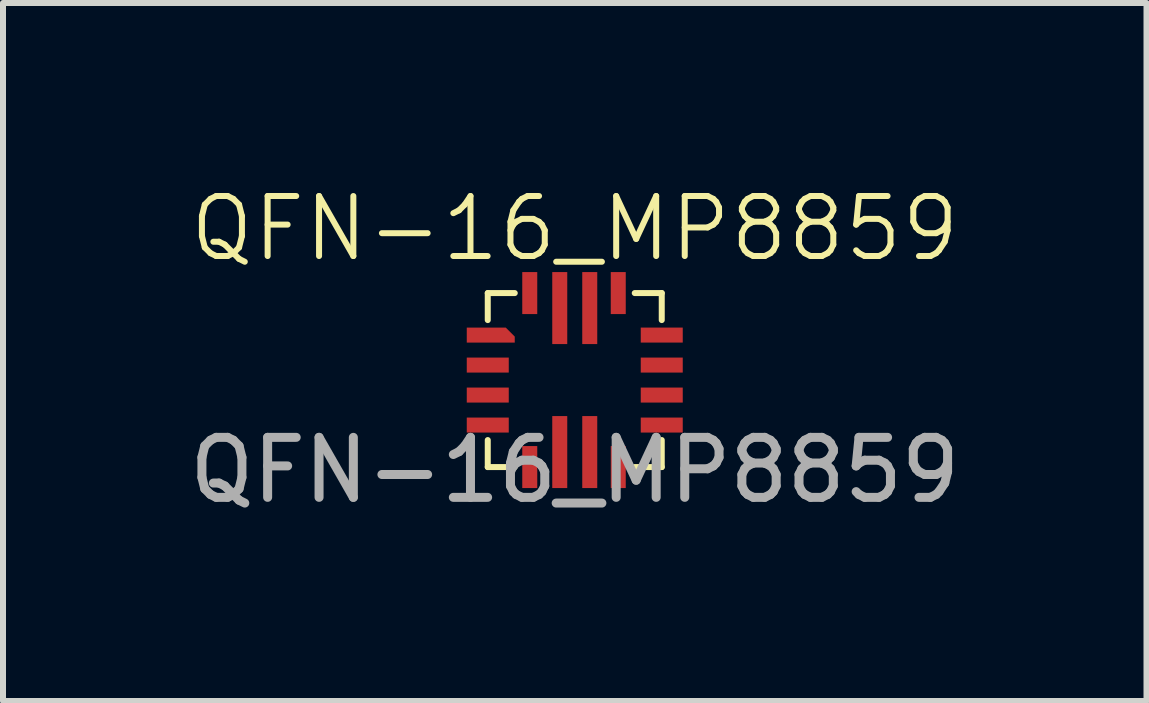
<source format=kicad_pcb>
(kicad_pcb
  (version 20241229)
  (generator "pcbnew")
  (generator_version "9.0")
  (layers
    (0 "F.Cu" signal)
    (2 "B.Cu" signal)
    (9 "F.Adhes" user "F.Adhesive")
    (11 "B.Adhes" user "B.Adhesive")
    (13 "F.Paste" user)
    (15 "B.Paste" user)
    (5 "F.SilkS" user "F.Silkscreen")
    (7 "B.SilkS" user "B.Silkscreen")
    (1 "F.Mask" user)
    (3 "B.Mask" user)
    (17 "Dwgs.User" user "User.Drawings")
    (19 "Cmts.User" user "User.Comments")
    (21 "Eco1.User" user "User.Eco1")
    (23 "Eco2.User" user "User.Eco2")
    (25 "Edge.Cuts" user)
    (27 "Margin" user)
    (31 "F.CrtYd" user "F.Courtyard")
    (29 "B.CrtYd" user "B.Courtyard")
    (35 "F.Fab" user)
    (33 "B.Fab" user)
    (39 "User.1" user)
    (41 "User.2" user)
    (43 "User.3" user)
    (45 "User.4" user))
  (footprint "QFN-16_MP8859"
    (layer "F.Cu")
    (at 6.53 3.285)
    (property "Reference" "QFN-16_MP8859" (at 0 -2.525 0) (unlocked yes) (layer "F.SilkS") (effects (font (size 1 1) (thickness 0.1))))
    (attr smd)
    (fp_rect (start -1.8 -0.375) (end -1.1 -0.125) (stroke (width 0.1) (type solid)) (fill yes) (layer "F.Mask"))
    (fp_rect (start -1.8 0.125) (end -1.1 0.375) (stroke (width 0.1) (type solid)) (fill yes) (layer "F.Mask"))
    (fp_rect (start -1.8 0.625) (end -1.1 0.875) (stroke (width 0.1) (type solid)) (fill yes) (layer "F.Mask"))
    (fp_rect (start -0.875 -1.8) (end -0.625 -1.1) (stroke (width 0.1) (type solid)) (fill yes) (layer "F.Mask"))
    (fp_rect (start -0.875 1.1) (end -0.625 1.8) (stroke (width 0.1) (type solid)) (fill yes) (layer "F.Mask"))
    (fp_rect (start -0.375 -1.8) (end -0.125 -0.6) (stroke (width 0.1) (type solid)) (fill yes) (layer "F.Mask"))
    (fp_rect (start -0.375 0.6) (end -0.125 1.8) (stroke (width 0.1) (type solid)) (fill yes) (layer "F.Mask"))
    (fp_rect (start 0.125 -1.8) (end 0.375 -0.6) (stroke (width 0.1) (type solid)) (fill yes) (layer "F.Mask"))
    (fp_rect (start 0.125 0.6) (end 0.375 1.8) (stroke (width 0.1) (type solid)) (fill yes) (layer "F.Mask"))
    (fp_rect (start 0.6 -1.8) (end 0.85 -1.1) (stroke (width 0.1) (type solid)) (fill yes) (layer "F.Mask"))
    (fp_rect (start 0.6 1.1) (end 0.85 1.8) (stroke (width 0.1) (type solid)) (fill yes) (layer "F.Mask"))
    (fp_rect (start 1.1 -0.875) (end 1.8 -0.625) (stroke (width 0.1) (type solid)) (fill yes) (layer "F.Mask"))
    (fp_rect (start 1.1 -0.375) (end 1.8 -0.125) (stroke (width 0.1) (type solid)) (fill yes) (layer "F.Mask"))
    (fp_rect (start 1.1 0.125) (end 1.8 0.375) (stroke (width 0.1) (type solid)) (fill yes) (layer "F.Mask"))
    (fp_rect (start 1.1 0.625) (end 1.8 0.875) (stroke (width 0.1) (type solid)) (fill yes) (layer "F.Mask"))
    (fp_poly (pts (xy -1.8 -0.625) (xy -1 -0.625) (xy -1 -0.725) (xy -1.15 -0.875) (xy -1.8 -0.875)) (stroke (width 0.1) (type solid)) (fill yes) (layer "F.Mask"))
    (fp_line (start -1.45 -1.45) (end -1.45 -1) (stroke (width 0.1) (type default)) (layer "F.SilkS"))
    (fp_line (start -1.45 -1.45) (end -1 -1.45) (stroke (width 0.1) (type default)) (layer "F.SilkS"))
    (fp_line (start -1.45 1.45) (end -1.45 1) (stroke (width 0.1) (type default)) (layer "F.SilkS"))
    (fp_line (start -1.45 1.45) (end -1 1.45) (stroke (width 0.1) (type default)) (layer "F.SilkS"))
    (fp_line (start 1 -1.45) (end 1.45 -1.45) (stroke (width 0.1) (type default)) (layer "F.SilkS"))
    (fp_line (start 1 1.45) (end 1.45 1.45) (stroke (width 0.1) (type default)) (layer "F.SilkS"))
    (fp_line (start 1.45 -1) (end 1.45 -1.45) (stroke (width 0.1) (type default)) (layer "F.SilkS"))
    (fp_line (start 1.45 1.45) (end 1.45 1) (stroke (width 0.1) (type default)) (layer "F.SilkS"))
    (fp_text user "${REFERENCE}" (at 0 1.5 0) (unlocked yes) (layer "F.Fab") (effects (font (size 1 1) (thickness 0.15))))
    (pad "1" smd custom (at -1.4 -0.74) (size 0.2 0.2) (layers "F.Cu" "F.Mask" "F.Paste") (options (anchor circle)) (primitives (gr_poly (pts (xy -0.1 -0.05) (xy -0.096 -0.069) (xy -0.085 -0.085) (xy -0.069 -0.096) (xy -0.05 -0.1) (xy 0.05 -0.1) (xy 0.069 -0.096) (xy 0.085 -0.085) (xy 0.096 -0.069) (xy 0.1 -0.05) (xy 0.1 0.05) (xy 0.096 0.069) (xy 0.085 0.085) (xy 0.069 0.096) (xy 0.05 0.1) (xy -0.05 0.1) (xy -0.069 0.096) (xy -0.085 0.085) (xy -0.096 0.069) (xy -0.1 0.05)) (width 0) (fill yes)) (gr_poly (pts (xy -0.4 0.115) (xy 0.4 0.115) (xy 0.4 0.015) (xy 0.25 -0.135) (xy -0.4 -0.135)) (width 0) (fill yes))))
    (pad "2" smd custom (at -1.47 -0.27) (size 0.2 0.2) (layers "F.Cu" "F.Mask" "F.Paste") (options (anchor circle)) (primitives (gr_poly (pts (xy -0.1 -0.05) (xy -0.096 -0.069) (xy -0.085 -0.085) (xy -0.069 -0.096) (xy -0.05 -0.1) (xy 0.05 -0.1) (xy 0.069 -0.096) (xy 0.085 -0.085) (xy 0.096 -0.069) (xy 0.1 -0.05) (xy 0.1 0.05) (xy 0.096 0.069) (xy 0.085 0.085) (xy 0.069 0.096) (xy 0.05 0.1) (xy -0.05 0.1) (xy -0.069 0.096) (xy -0.085 0.085) (xy -0.096 0.069) (xy -0.1 0.05)) (width 0) (fill yes)) (gr_rect (start -0.33 -0.105) (end 0.37 0.145) (width 0) (fill yes))))
    (pad "3" smd custom (at -1.47 0.25) (size 0.2 0.2) (layers "F.Cu" "F.Mask" "F.Paste") (options (anchor circle)) (primitives (gr_poly (pts (xy -0.1 -0.05) (xy -0.096 -0.069) (xy -0.085 -0.085) (xy -0.069 -0.096) (xy -0.05 -0.1) (xy 0.05 -0.1) (xy 0.069 -0.096) (xy 0.085 -0.085) (xy 0.096 -0.069) (xy 0.1 -0.05) (xy 0.1 0.05) (xy 0.096 0.069) (xy 0.085 0.085) (xy 0.069 0.096) (xy 0.05 0.1) (xy -0.05 0.1) (xy -0.069 0.096) (xy -0.085 0.085) (xy -0.096 0.069) (xy -0.1 0.05)) (width 0) (fill yes)) (gr_rect (start -0.33 -0.125) (end 0.37 0.125) (width 0) (fill yes))))
    (pad "4" smd custom (at -1.46 0.75) (size 0.2 0.2) (layers "F.Cu" "F.Mask" "F.Paste") (options (anchor circle)) (primitives (gr_poly (pts (xy -0.1 -0.05) (xy -0.096 -0.069) (xy -0.085 -0.085) (xy -0.069 -0.096) (xy -0.05 -0.1) (xy 0.05 -0.1) (xy 0.069 -0.096) (xy 0.085 -0.085) (xy 0.096 -0.069) (xy 0.1 -0.05) (xy 0.1 0.05) (xy 0.096 0.069) (xy 0.085 0.085) (xy 0.069 0.096) (xy 0.05 0.1) (xy -0.05 0.1) (xy -0.069 0.096) (xy -0.085 0.085) (xy -0.096 0.069) (xy -0.1 0.05)) (width 0) (fill yes)) (gr_rect (start -0.34 -0.125) (end 0.36 0.125) (width 0) (fill yes))))
    (pad "5" smd custom (at -0.76 1.49) (size 0.2 0.2) (layers "F.Cu" "F.Mask" "F.Paste") (options (anchor circle)) (primitives (gr_poly (pts (xy -0.1 -0.05) (xy -0.096 -0.069) (xy -0.085 -0.085) (xy -0.069 -0.096) (xy -0.05 -0.1) (xy 0.05 -0.1) (xy 0.069 -0.096) (xy 0.085 -0.085) (xy 0.096 -0.069) (xy 0.1 -0.05) (xy 0.1 0.05) (xy 0.096 0.069) (xy 0.085 0.085) (xy 0.069 0.096) (xy 0.05 0.1) (xy -0.05 0.1) (xy -0.069 0.096) (xy -0.085 0.085) (xy -0.096 0.069) (xy -0.1 0.05)) (width 0) (fill yes)) (gr_rect (start -0.115 -0.39) (end 0.135 0.31) (width 0) (fill yes))))
    (pad "6" smd custom (at -0.23 1.37) (size 0.2 0.2) (layers "F.Cu" "F.Mask" "F.Paste") (options (anchor circle)) (primitives (gr_poly (pts (xy -0.1 -0.05) (xy -0.096 -0.069) (xy -0.085 -0.085) (xy -0.069 -0.096) (xy -0.05 -0.1) (xy 0.05 -0.1) (xy 0.069 -0.096) (xy 0.085 -0.085) (xy 0.096 -0.069) (xy 0.1 -0.05) (xy 0.1 0.05) (xy 0.096 0.069) (xy 0.085 0.085) (xy 0.069 0.096) (xy 0.05 0.1) (xy -0.05 0.1) (xy -0.069 0.096) (xy -0.085 0.085) (xy -0.096 0.069) (xy -0.1 0.05)) (width 0) (fill yes)) (gr_rect (start -0.145 -0.77) (end 0.105 0.43) (width 0) (fill yes))))
    (pad "7" smd custom (at 0.25 1.24) (size 0.2 0.2) (layers "F.Cu" "F.Mask" "F.Paste") (options (anchor circle)) (primitives (gr_poly (pts (xy -0.1 -0.05) (xy -0.096 -0.069) (xy -0.085 -0.085) (xy -0.069 -0.096) (xy -0.05 -0.1) (xy 0.05 -0.1) (xy 0.069 -0.096) (xy 0.085 -0.085) (xy 0.096 -0.069) (xy 0.1 -0.05) (xy 0.1 0.05) (xy 0.096 0.069) (xy 0.085 0.085) (xy 0.069 0.096) (xy 0.05 0.1) (xy -0.05 0.1) (xy -0.069 0.096) (xy -0.085 0.085) (xy -0.096 0.069) (xy -0.1 0.05)) (width 0) (fill yes)) (gr_rect (start -0.125 -0.64) (end 0.125 0.56) (width 0) (fill yes))))
    (pad "8" smd custom (at 0.74 1.43) (size 0.2 0.2) (layers "F.Cu" "F.Mask" "F.Paste") (options (anchor circle)) (primitives (gr_poly (pts (xy -0.1 -0.05) (xy -0.096 -0.069) (xy -0.085 -0.085) (xy -0.069 -0.096) (xy -0.05 -0.1) (xy 0.05 -0.1) (xy 0.069 -0.096) (xy 0.085 -0.085) (xy 0.096 -0.069) (xy 0.1 -0.05) (xy 0.1 0.05) (xy 0.096 0.069) (xy 0.085 0.085) (xy 0.069 0.096) (xy 0.05 0.1) (xy -0.05 0.1) (xy -0.069 0.096) (xy -0.085 0.085) (xy -0.096 0.069) (xy -0.1 0.05)) (width 0) (fill yes)) (gr_rect (start -0.14 -0.33) (end 0.11 0.37) (width 0) (fill yes))))
    (pad "9" smd custom (at 1.43 0.74) (size 0.2 0.2) (layers "F.Cu" "F.Mask" "F.Paste") (options (anchor circle)) (primitives (gr_poly (pts (xy -0.1 -0.05) (xy -0.096 -0.069) (xy -0.085 -0.085) (xy -0.069 -0.096) (xy -0.05 -0.1) (xy 0.05 -0.1) (xy 0.069 -0.096) (xy 0.085 -0.085) (xy 0.096 -0.069) (xy 0.1 -0.05) (xy 0.1 0.05) (xy 0.096 0.069) (xy 0.085 0.085) (xy 0.069 0.096) (xy 0.05 0.1) (xy -0.05 0.1) (xy -0.069 0.096) (xy -0.085 0.085) (xy -0.096 0.069) (xy -0.1 0.05)) (width 0) (fill yes)) (gr_rect (start -0.33 -0.115) (end 0.37 0.135) (width 0) (fill yes))))
    (pad "10" smd custom (at 1.43 0.26) (size 0.2 0.2) (layers "F.Cu" "F.Mask" "F.Paste") (options (anchor circle)) (primitives (gr_poly (pts (xy -0.1 -0.05) (xy -0.096 -0.069) (xy -0.085 -0.085) (xy -0.069 -0.096) (xy -0.05 -0.1) (xy 0.05 -0.1) (xy 0.069 -0.096) (xy 0.085 -0.085) (xy 0.096 -0.069) (xy 0.1 -0.05) (xy 0.1 0.05) (xy 0.096 0.069) (xy 0.085 0.085) (xy 0.069 0.096) (xy 0.05 0.1) (xy -0.05 0.1) (xy -0.069 0.096) (xy -0.085 0.085) (xy -0.096 0.069) (xy -0.1 0.05)) (width 0) (fill yes)) (gr_rect (start -0.33 -0.135) (end 0.37 0.115) (width 0) (fill yes))))
    (pad "11" smd custom (at 1.44 -0.26) (size 0.2 0.2) (layers "F.Cu" "F.Mask" "F.Paste") (options (anchor circle)) (primitives (gr_poly (pts (xy -0.1 -0.05) (xy -0.096 -0.069) (xy -0.085 -0.085) (xy -0.069 -0.096) (xy -0.05 -0.1) (xy 0.05 -0.1) (xy 0.069 -0.096) (xy 0.085 -0.085) (xy 0.096 -0.069) (xy 0.1 -0.05) (xy 0.1 0.05) (xy 0.096 0.069) (xy 0.085 0.085) (xy 0.069 0.096) (xy 0.05 0.1) (xy -0.05 0.1) (xy -0.069 0.096) (xy -0.085 0.085) (xy -0.096 0.069) (xy -0.1 0.05)) (width 0) (fill yes)) (gr_rect (start -0.34 -0.115) (end 0.36 0.135) (width 0) (fill yes))))
    (pad "12" smd custom (at 1.42 -0.76) (size 0.2 0.2) (layers "F.Cu" "F.Mask" "F.Paste") (options (anchor circle)) (primitives (gr_poly (pts (xy -0.1 -0.05) (xy -0.096 -0.069) (xy -0.085 -0.085) (xy -0.069 -0.096) (xy -0.05 -0.1) (xy 0.05 -0.1) (xy 0.069 -0.096) (xy 0.085 -0.085) (xy 0.096 -0.069) (xy 0.1 -0.05) (xy 0.1 0.05) (xy 0.096 0.069) (xy 0.085 0.085) (xy 0.069 0.096) (xy 0.05 0.1) (xy -0.05 0.1) (xy -0.069 0.096) (xy -0.085 0.085) (xy -0.096 0.069) (xy -0.1 0.05)) (width 0) (fill yes)) (gr_rect (start -0.32 -0.115) (end 0.38 0.135) (width 0) (fill yes))))
    (pad "13" smd custom (at 0.73 -1.43) (size 0.2 0.2) (layers "F.Cu" "F.Mask" "F.Paste") (options (anchor circle)) (primitives (gr_poly (pts (xy -0.1 -0.05) (xy -0.096 -0.069) (xy -0.085 -0.085) (xy -0.069 -0.096) (xy -0.05 -0.1) (xy 0.05 -0.1) (xy 0.069 -0.096) (xy 0.085 -0.085) (xy 0.096 -0.069) (xy 0.1 -0.05) (xy 0.1 0.05) (xy 0.096 0.069) (xy 0.085 0.085) (xy 0.069 0.096) (xy 0.05 0.1) (xy -0.05 0.1) (xy -0.069 0.096) (xy -0.085 0.085) (xy -0.096 0.069) (xy -0.1 0.05)) (width 0) (fill yes)) (gr_rect (start -0.13 -0.37) (end 0.12 0.33) (width 0) (fill yes))))
    (pad "14" smd custom (at 0.25 -1.18) (size 0.2 0.2) (layers "F.Cu" "F.Mask" "F.Paste") (options (anchor circle)) (primitives (gr_poly (pts (xy -0.1 -0.05) (xy -0.096 -0.069) (xy -0.085 -0.085) (xy -0.069 -0.096) (xy -0.05 -0.1) (xy 0.05 -0.1) (xy 0.069 -0.096) (xy 0.085 -0.085) (xy 0.096 -0.069) (xy 0.1 -0.05) (xy 0.1 0.05) (xy 0.096 0.069) (xy 0.085 0.085) (xy 0.069 0.096) (xy 0.05 0.1) (xy -0.05 0.1) (xy -0.069 0.096) (xy -0.085 0.085) (xy -0.096 0.069) (xy -0.1 0.05)) (width 0) (fill yes)) (gr_rect (start -0.125 -0.62) (end 0.125 0.58) (width 0) (fill yes))))
    (pad "15" smd custom (at -0.25 -1.16) (size 0.2 0.2) (layers "F.Cu" "F.Mask" "F.Paste") (options (anchor circle)) (primitives (gr_poly (pts (xy -0.1 -0.05) (xy -0.096 -0.069) (xy -0.085 -0.085) (xy -0.069 -0.096) (xy -0.05 -0.1) (xy 0.05 -0.1) (xy 0.069 -0.096) (xy 0.085 -0.085) (xy 0.096 -0.069) (xy 0.1 -0.05) (xy 0.1 0.05) (xy 0.096 0.069) (xy 0.085 0.085) (xy 0.069 0.096) (xy 0.05 0.1) (xy -0.05 0.1) (xy -0.069 0.096) (xy -0.085 0.085) (xy -0.096 0.069) (xy -0.1 0.05)) (width 0) (fill yes)) (gr_rect (start -0.125 -0.64) (end 0.125 0.56) (width 0) (fill yes))))
    (pad "16" smd custom (at -0.75 -1.42) (size 0.2 0.2) (layers "F.Cu" "F.Mask" "F.Paste") (options (anchor circle)) (primitives (gr_poly (pts (xy -0.1 -0.05) (xy -0.096 -0.069) (xy -0.085 -0.085) (xy -0.069 -0.096) (xy -0.05 -0.1) (xy 0.05 -0.1) (xy 0.069 -0.096) (xy 0.085 -0.085) (xy 0.096 -0.069) (xy 0.1 -0.05) (xy 0.1 0.05) (xy 0.096 0.069) (xy 0.085 0.085) (xy 0.069 0.096) (xy 0.05 0.1) (xy -0.05 0.1) (xy -0.069 0.096) (xy -0.085 0.085) (xy -0.096 0.069) (xy -0.1 0.05)) (width 0) (fill yes)) (gr_rect (start -0.125 -0.38) (end 0.125 0.32) (width 0) (fill yes)))))
  (gr_rect
    (start -3 -3)
    (end 16.06 8.634)
    (stroke (width 0.1) (type default))
    (fill no)
    (layer "Edge.Cuts")))
</source>
